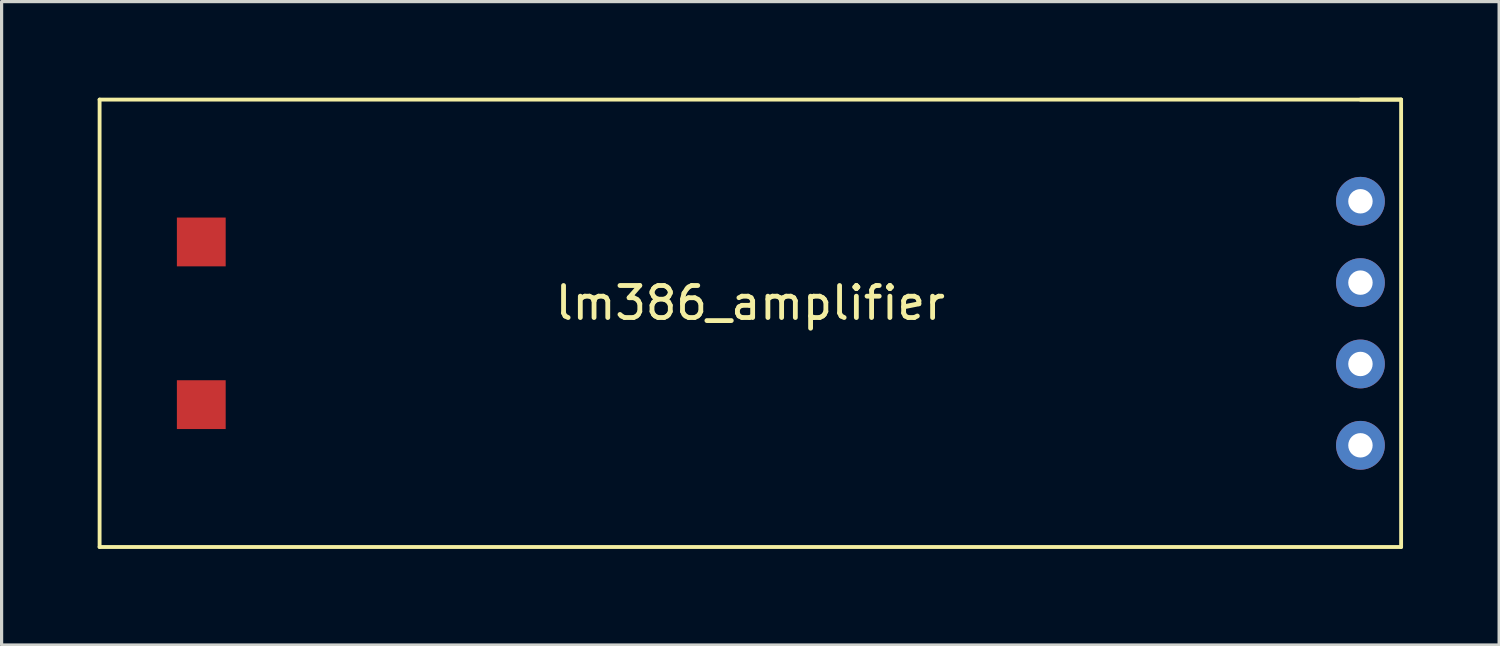
<source format=kicad_pcb>
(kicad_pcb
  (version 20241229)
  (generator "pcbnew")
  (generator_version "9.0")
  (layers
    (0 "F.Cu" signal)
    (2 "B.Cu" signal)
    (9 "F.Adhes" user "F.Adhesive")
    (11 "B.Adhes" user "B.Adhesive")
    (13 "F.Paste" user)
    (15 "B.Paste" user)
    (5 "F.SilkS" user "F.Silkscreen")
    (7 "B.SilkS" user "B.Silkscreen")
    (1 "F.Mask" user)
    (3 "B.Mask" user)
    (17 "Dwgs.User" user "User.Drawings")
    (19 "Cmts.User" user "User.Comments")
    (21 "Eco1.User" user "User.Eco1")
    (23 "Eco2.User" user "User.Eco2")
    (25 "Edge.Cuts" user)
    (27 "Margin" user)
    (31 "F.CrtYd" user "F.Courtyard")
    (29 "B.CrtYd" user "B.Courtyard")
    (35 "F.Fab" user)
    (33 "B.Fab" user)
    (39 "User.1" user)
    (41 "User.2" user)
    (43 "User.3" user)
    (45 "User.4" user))
  (footprint "lm386_amplifier"
    (layer "F.Cu")
    (at 20.38 6.41)
    (property "Reference" "lm386_amplifier" (at 0 0 0) (layer "F.SilkS") (effects (font (size 1 1) (thickness 0.15))))
    (attr through_hole)
    (fp_line (start -20.32 -6.35) (end 20.32 -6.35) (stroke (width 0.12) (type solid)) (layer "F.SilkS"))
    (fp_line (start -20.32 7.62) (end -20.32 -6.35) (stroke (width 0.12) (type solid)) (layer "F.SilkS"))
    (fp_line (start 20.32 -6.35) (end 19.05 -6.35) (stroke (width 0.12) (type solid)) (layer "F.SilkS"))
    (fp_line (start 20.32 -6.35) (end 20.32 7.62) (stroke (width 0.12) (type solid)) (layer "F.SilkS"))
    (fp_line (start 20.32 7.62) (end -20.32 7.62) (stroke (width 0.12) (type solid)) (layer "F.SilkS"))
    (pad "1" thru_hole circle (at 19.05 -3.175) (size 1.524 1.524) (drill 0.762) (layers "*.Cu" "*.Mask"))
    (pad "2" thru_hole circle (at 19.05 -0.635) (size 1.524 1.524) (drill 0.762) (layers "*.Cu" "*.Mask"))
    (pad "3" thru_hole circle (at 19.05 1.905) (size 1.524 1.524) (drill 0.762) (layers "*.Cu" "*.Mask"))
    (pad "4" thru_hole circle (at 19.05 4.445) (size 1.524 1.524) (drill 0.762) (layers "*.Cu" "*.Mask"))
    (pad "5" smd rect (at -17.145 -1.905) (size 1.524 1.524) (layers "F.Cu" "F.Mask" "F.Paste"))
    (pad "6" smd rect (at -17.145 3.175) (size 1.524 1.524) (layers "F.Cu" "F.Mask" "F.Paste")))
  (gr_rect
    (start -3 -3)
    (end 43.76 17.09)
    (stroke (width 0.1) (type default))
    (fill no)
    (layer "Edge.Cuts")))
</source>
